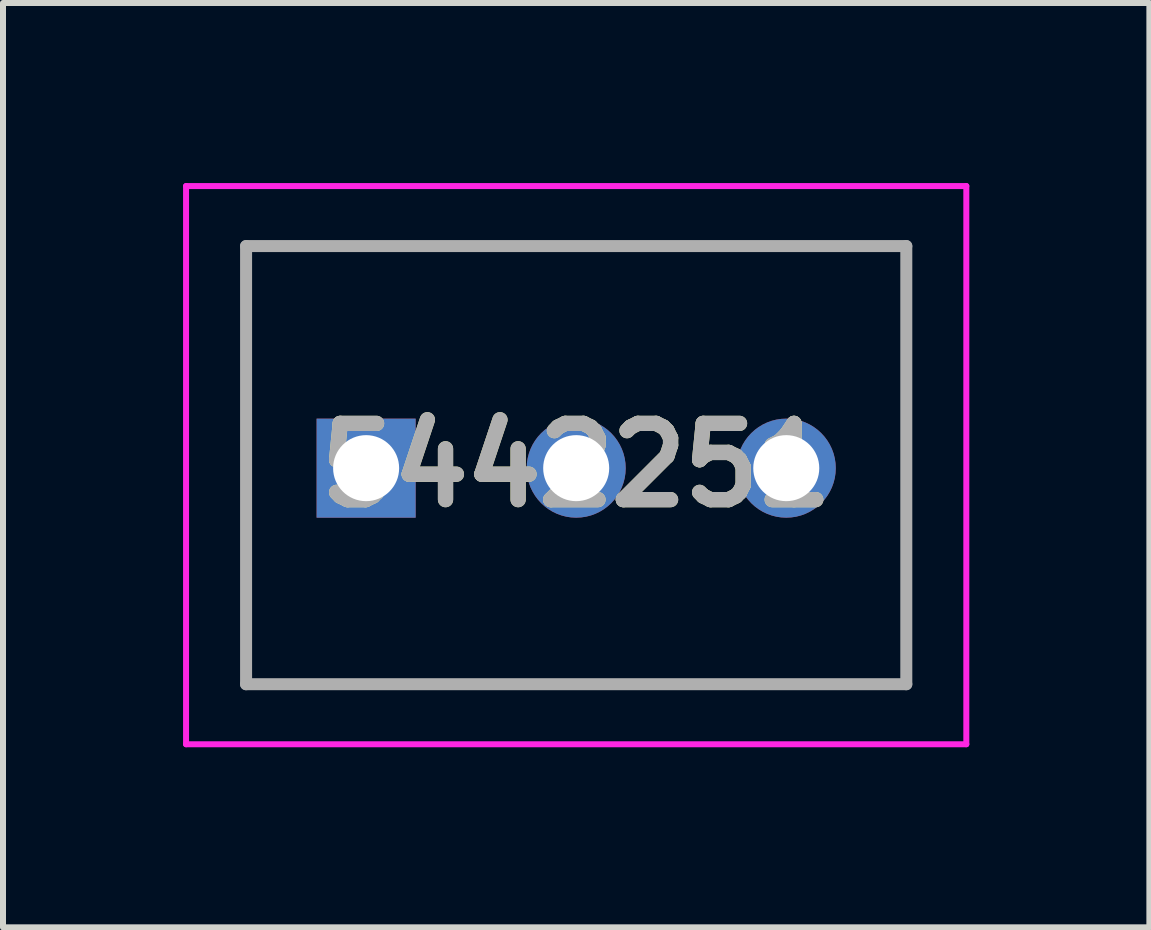
<source format=kicad_pcb>
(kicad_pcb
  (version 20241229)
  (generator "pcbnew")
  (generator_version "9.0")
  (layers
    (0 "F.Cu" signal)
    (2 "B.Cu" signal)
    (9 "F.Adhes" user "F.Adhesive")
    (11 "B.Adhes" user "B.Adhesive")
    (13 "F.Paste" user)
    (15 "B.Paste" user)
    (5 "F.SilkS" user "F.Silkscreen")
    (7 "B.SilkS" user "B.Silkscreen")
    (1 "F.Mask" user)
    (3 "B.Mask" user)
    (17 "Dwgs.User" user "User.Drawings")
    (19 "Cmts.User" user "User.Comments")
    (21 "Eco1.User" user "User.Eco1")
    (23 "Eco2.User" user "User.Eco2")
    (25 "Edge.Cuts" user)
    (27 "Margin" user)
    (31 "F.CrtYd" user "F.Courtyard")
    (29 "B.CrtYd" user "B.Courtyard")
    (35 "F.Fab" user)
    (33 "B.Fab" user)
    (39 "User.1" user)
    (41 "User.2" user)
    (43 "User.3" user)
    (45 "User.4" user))
  (footprint "5442251"
    (layer "F.Cu")
    (at 3.05 4.75)
    (property "Reference" "5442251" (at 3.5 -0.05 0) (layer "F.SilkS") (effects (font (size 1.27 1.27) (thickness 0.254))))
    (attr through_hole)
    (fp_line (start -2 -3.7) (end -2 3.6) (stroke (width 0.1) (type solid)) (layer "F.SilkS"))
    (fp_line (start -2 3.6) (end 9 3.6) (stroke (width 0.1) (type solid)) (layer "F.SilkS"))
    (fp_line (start 9 -3.7) (end -2 -3.7) (stroke (width 0.1) (type solid)) (layer "F.SilkS"))
    (fp_line (start 9 3.6) (end 9 -3.7) (stroke (width 0.1) (type solid)) (layer "F.SilkS"))
    (fp_line (start -3 -4.7) (end 10 -4.7) (stroke (width 0.1) (type solid)) (layer "F.CrtYd"))
    (fp_line (start -3 4.6) (end -3 -4.7) (stroke (width 0.1) (type solid)) (layer "F.CrtYd"))
    (fp_line (start 10 -4.7) (end 10 4.6) (stroke (width 0.1) (type solid)) (layer "F.CrtYd"))
    (fp_line (start 10 4.6) (end -3 4.6) (stroke (width 0.1) (type solid)) (layer "F.CrtYd"))
    (fp_line (start -2 -3.7) (end -2 3.6) (stroke (width 0.2) (type solid)) (layer "F.Fab"))
    (fp_line (start -2 3.6) (end 9 3.6) (stroke (width 0.2) (type solid)) (layer "F.Fab"))
    (fp_line (start 9 -3.7) (end -2 -3.7) (stroke (width 0.2) (type solid)) (layer "F.Fab"))
    (fp_line (start 9 3.6) (end 9 -3.7) (stroke (width 0.2) (type solid)) (layer "F.Fab"))
    (fp_text user "${REFERENCE}" (at 3.5 -0.05 0) (layer "F.Fab") (effects (font (size 1.27 1.27) (thickness 0.254))))
    (pad "1" thru_hole rect (at 0 0) (size 1.65 1.65) (drill 1.1) (layers "*.Cu" "*.Mask"))
    (pad "2" thru_hole circle (at 3.5 0) (size 1.65 1.65) (drill 1.1) (layers "*.Cu" "*.Mask"))
    (pad "3" thru_hole circle (at 7 0) (size 1.65 1.65) (drill 1.1) (layers "*.Cu" "*.Mask")))
  (gr_rect
    (start -3 -3)
    (end 16.1 12.4)
    (stroke (width 0.1) (type default))
    (fill no)
    (layer "Edge.Cuts")))
</source>
